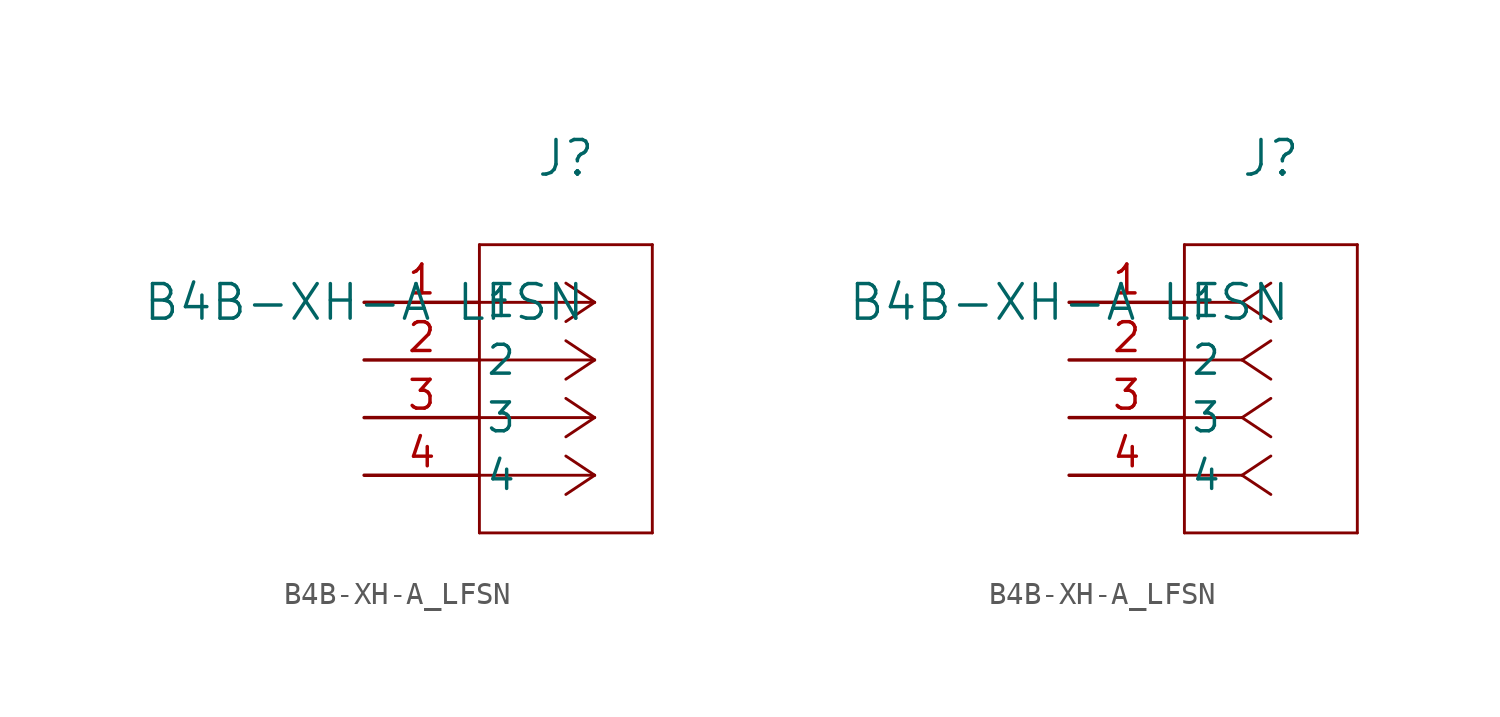
<source format=kicad_sym>
(kicad_symbol_lib
  (version 20211014)
  (generator kicad_symbol_editor)
  (symbol "B4B-XH-A_LFSN"
    (pin_names
      (offset 0.254))
    (property "Reference" "J"
      (at 8.89 6.35 0)
      (effects (font (size 1.524 1.524))))
    (property "Value" "B4B-XH-A LFSN"
      (at 0 0 0)
      (effects (font (size 1.524 1.524))))
    (symbol "B4B-XH-A_LFSN_1_1"
      (polyline (pts (xy 10.16 0) (xy 5.08 0)) (stroke (width 0.127) (type default) (color 0 0 0 0)) (fill (type none)))
      (polyline (pts (xy 10.16 -2.54) (xy 5.08 -2.54)) (stroke (width 0.127) (type default) (color 0 0 0 0)) (fill (type none)))
      (polyline (pts (xy 10.16 -5.08) (xy 5.08 -5.08)) (stroke (width 0.127) (type default) (color 0 0 0 0)) (fill (type none)))
      (polyline (pts (xy 10.16 -7.62) (xy 5.08 -7.62)) (stroke (width 0.127) (type default) (color 0 0 0 0)) (fill (type none)))
      (polyline (pts (xy 10.16 0) (xy 8.89 0.847)) (stroke (width 0.127) (type default) (color 0 0 0 0)) (fill (type none)))
      (polyline (pts (xy 10.16 -2.54) (xy 8.89 -1.693)) (stroke (width 0.127) (type default) (color 0 0 0 0)) (fill (type none)))
      (polyline (pts (xy 10.16 -5.08) (xy 8.89 -4.233)) (stroke (width 0.127) (type default) (color 0 0 0 0)) (fill (type none)))
      (polyline (pts (xy 10.16 -7.62) (xy 8.89 -6.773)) (stroke (width 0.127) (type default) (color 0 0 0 0)) (fill (type none)))
      (polyline (pts (xy 10.16 0) (xy 8.89 -0.847)) (stroke (width 0.127) (type default) (color 0 0 0 0)) (fill (type none)))
      (polyline (pts (xy 10.16 -2.54) (xy 8.89 -3.387)) (stroke (width 0.127) (type default) (color 0 0 0 0)) (fill (type none)))
      (polyline (pts (xy 10.16 -5.08) (xy 8.89 -5.927)) (stroke (width 0.127) (type default) (color 0 0 0 0)) (fill (type none)))
      (polyline (pts (xy 10.16 -7.62) (xy 8.89 -8.467)) (stroke (width 0.127) (type default) (color 0 0 0 0)) (fill (type none)))
      (polyline (pts (xy 5.08 2.54) (xy 5.08 -10.16)) (stroke (width 0.127) (type default) (color 0 0 0 0)) (fill (type none)))
      (polyline (pts (xy 5.08 -10.16) (xy 12.7 -10.16)) (stroke (width 0.127) (type default) (color 0 0 0 0)) (fill (type none)))
      (polyline (pts (xy 12.7 -10.16) (xy 12.7 2.54)) (stroke (width 0.127) (type default) (color 0 0 0 0)) (fill (type none)))
      (polyline (pts (xy 12.7 2.54) (xy 5.08 2.54)) (stroke (width 0.127) (type default) (color 0 0 0 0)) (fill (type none)))
      (pin unspecified line (at 0 0 0) (length 5.08) (name "1" (effects (font (size 1.27 1.27)))) (number "1" (effects (font (size 1.27 1.27)))))
      (pin unspecified line (at 0 -2.54 0) (length 5.08) (name "2" (effects (font (size 1.27 1.27)))) (number "2" (effects (font (size 1.27 1.27)))))
      (pin unspecified line (at 0 -5.08 0) (length 5.08) (name "3" (effects (font (size 1.27 1.27)))) (number "3" (effects (font (size 1.27 1.27)))))
      (pin unspecified line (at 0 -7.62 0) (length 5.08) (name "4" (effects (font (size 1.27 1.27)))) (number "4" (effects (font (size 1.27 1.27))))))
    (symbol "B4B-XH-A_LFSN_1_2"
      (polyline (pts (xy 7.62 0) (xy 5.08 0)) (stroke (width 0.127) (type default) (color 0 0 0 0)) (fill (type none)))
      (polyline (pts (xy 7.62 -2.54) (xy 5.08 -2.54)) (stroke (width 0.127) (type default) (color 0 0 0 0)) (fill (type none)))
      (polyline (pts (xy 7.62 -5.08) (xy 5.08 -5.08)) (stroke (width 0.127) (type default) (color 0 0 0 0)) (fill (type none)))
      (polyline (pts (xy 7.62 -7.62) (xy 5.08 -7.62)) (stroke (width 0.127) (type default) (color 0 0 0 0)) (fill (type none)))
      (polyline (pts (xy 7.62 0) (xy 8.89 0.847)) (stroke (width 0.127) (type default) (color 0 0 0 0)) (fill (type none)))
      (polyline (pts (xy 7.62 -2.54) (xy 8.89 -1.693)) (stroke (width 0.127) (type default) (color 0 0 0 0)) (fill (type none)))
      (polyline (pts (xy 7.62 -5.08) (xy 8.89 -4.233)) (stroke (width 0.127) (type default) (color 0 0 0 0)) (fill (type none)))
      (polyline (pts (xy 7.62 -7.62) (xy 8.89 -6.773)) (stroke (width 0.127) (type default) (color 0 0 0 0)) (fill (type none)))
      (polyline (pts (xy 7.62 0) (xy 8.89 -0.847)) (stroke (width 0.127) (type default) (color 0 0 0 0)) (fill (type none)))
      (polyline (pts (xy 7.62 -2.54) (xy 8.89 -3.387)) (stroke (width 0.127) (type default) (color 0 0 0 0)) (fill (type none)))
      (polyline (pts (xy 7.62 -5.08) (xy 8.89 -5.927)) (stroke (width 0.127) (type default) (color 0 0 0 0)) (fill (type none)))
      (polyline (pts (xy 7.62 -7.62) (xy 8.89 -8.467)) (stroke (width 0.127) (type default) (color 0 0 0 0)) (fill (type none)))
      (polyline (pts (xy 5.08 2.54) (xy 5.08 -10.16)) (stroke (width 0.127) (type default) (color 0 0 0 0)) (fill (type none)))
      (polyline (pts (xy 5.08 -10.16) (xy 12.7 -10.16)) (stroke (width 0.127) (type default) (color 0 0 0 0)) (fill (type none)))
      (polyline (pts (xy 12.7 -10.16) (xy 12.7 2.54)) (stroke (width 0.127) (type default) (color 0 0 0 0)) (fill (type none)))
      (polyline (pts (xy 12.7 2.54) (xy 5.08 2.54)) (stroke (width 0.127) (type default) (color 0 0 0 0)) (fill (type none)))
      (pin unspecified line (at 0 0 0) (length 5.08) (name "1" (effects (font (size 1.27 1.27)))) (number "1" (effects (font (size 1.27 1.27)))))
      (pin unspecified line (at 0 -2.54 0) (length 5.08) (name "2" (effects (font (size 1.27 1.27)))) (number "2" (effects (font (size 1.27 1.27)))))
      (pin unspecified line (at 0 -5.08 0) (length 5.08) (name "3" (effects (font (size 1.27 1.27)))) (number "3" (effects (font (size 1.27 1.27)))))
      (pin unspecified line (at 0 -7.62 0) (length 5.08) (name "4" (effects (font (size 1.27 1.27)))) (number "4" (effects (font (size 1.27 1.27))))))))
</source>
